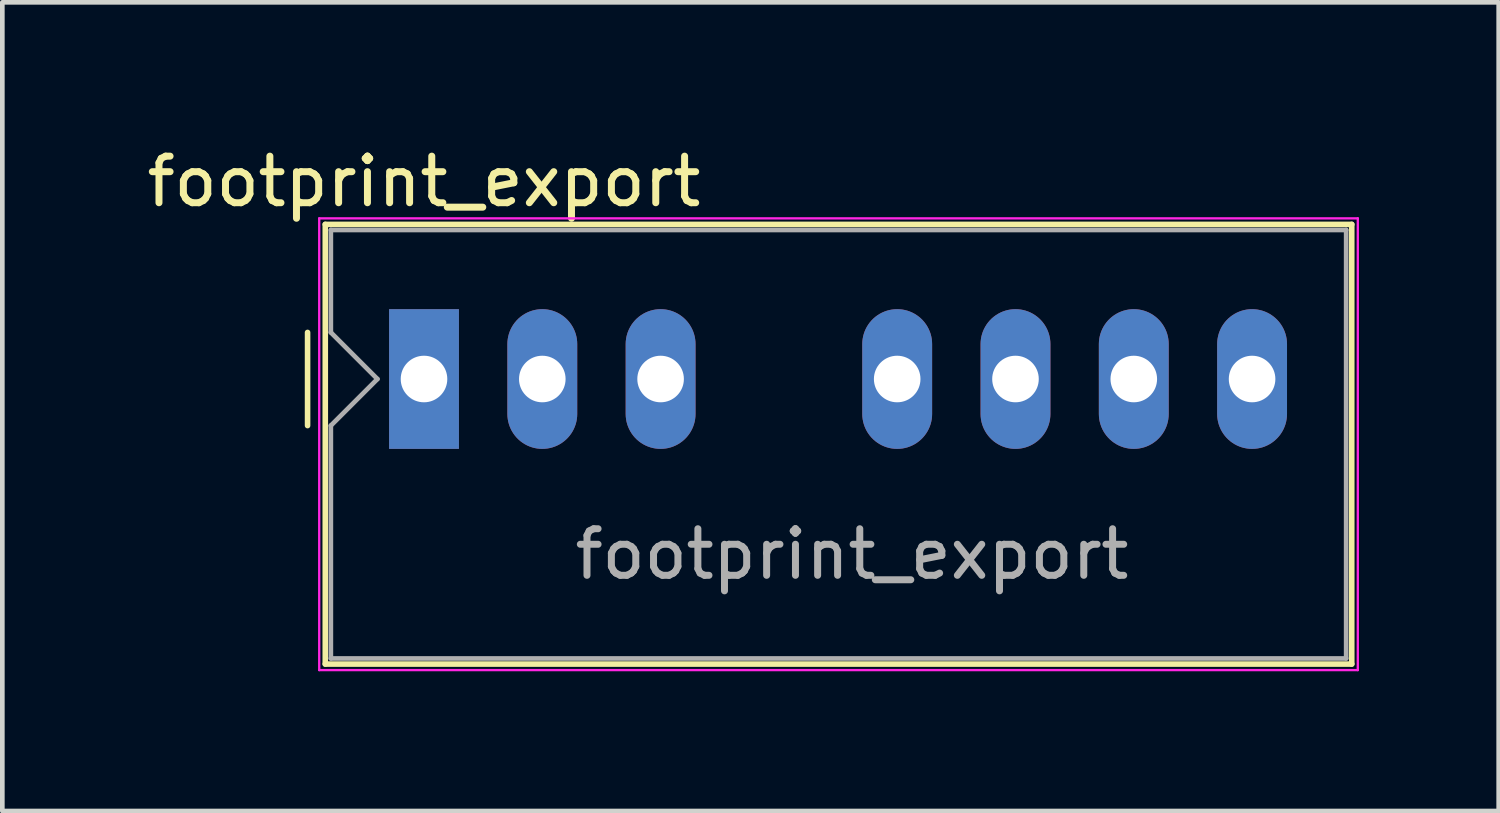
<source format=kicad_pcb>
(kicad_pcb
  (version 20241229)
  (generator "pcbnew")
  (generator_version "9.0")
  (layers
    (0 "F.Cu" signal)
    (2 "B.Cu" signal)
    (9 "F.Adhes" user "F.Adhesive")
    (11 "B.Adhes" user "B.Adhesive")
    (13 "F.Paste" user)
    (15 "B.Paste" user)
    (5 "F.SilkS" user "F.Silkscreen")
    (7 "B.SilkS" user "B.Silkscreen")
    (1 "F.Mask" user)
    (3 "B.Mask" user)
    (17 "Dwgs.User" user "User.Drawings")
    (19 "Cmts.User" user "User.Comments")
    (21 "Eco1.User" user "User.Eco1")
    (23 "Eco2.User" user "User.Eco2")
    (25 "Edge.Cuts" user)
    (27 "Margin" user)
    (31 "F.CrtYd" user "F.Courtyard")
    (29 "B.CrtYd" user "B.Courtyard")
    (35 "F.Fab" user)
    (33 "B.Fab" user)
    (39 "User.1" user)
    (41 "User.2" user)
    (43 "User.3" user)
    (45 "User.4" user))
  (footprint "footprint_export"
    (layer "F.Cu")
    (at 6.054 5.088)
    (property "Reference" "footprint_export" (at 0 -4.24 0) (layer "F.SilkS") (effects (font (size 1 1) (thickness 0.15))))
    (attr through_hole)
    (fp_line (start -2.5 -1) (end -2.5 1) (stroke (width 0.12) (type solid)) (layer "F.SilkS"))
    (fp_line (start -2.12 -3.32) (end 19.92 -3.32) (stroke (width 0.12) (type solid)) (layer "F.SilkS"))
    (fp_line (start -2.12 6.12) (end -2.12 -3.32) (stroke (width 0.12) (type solid)) (layer "F.SilkS"))
    (fp_line (start 19.92 -3.32) (end 19.92 6.12) (stroke (width 0.12) (type solid)) (layer "F.SilkS"))
    (fp_line (start 19.92 6.12) (end -2.12 6.12) (stroke (width 0.12) (type solid)) (layer "F.SilkS"))
    (fp_line (start -2.25 -3.45) (end -2.25 6.25) (stroke (width 0.05) (type solid)) (layer "F.CrtYd"))
    (fp_line (start -2.25 -3.45) (end 20.05 -3.45) (stroke (width 0.05) (type solid)) (layer "F.CrtYd"))
    (fp_line (start -2.25 6.25) (end 20.05 6.25) (stroke (width 0.05) (type solid)) (layer "F.CrtYd"))
    (fp_line (start 20.05 -3.45) (end 20.05 6.25) (stroke (width 0.05) (type solid)) (layer "F.CrtYd"))
    (fp_line (start -2 -3.2) (end -2 -1) (stroke (width 0.1) (type solid)) (layer "F.Fab"))
    (fp_line (start -2 -1) (end -1 0) (stroke (width 0.1) (type solid)) (layer "F.Fab"))
    (fp_line (start -2 1) (end -2 6) (stroke (width 0.1) (type solid)) (layer "F.Fab"))
    (fp_line (start -2 1) (end -1 0) (stroke (width 0.1) (type solid)) (layer "F.Fab"))
    (fp_line (start 19.8 -3.2) (end -2 -3.2) (stroke (width 0.1) (type solid)) (layer "F.Fab"))
    (fp_line (start 19.8 -3.2) (end 19.8 6) (stroke (width 0.1) (type solid)) (layer "F.Fab"))
    (fp_line (start 19.8 6) (end -2 6) (stroke (width 0.1) (type solid)) (layer "F.Fab"))
    (fp_text user "${REFERENCE}" (at 9.19 3.76 0) (layer "F.Fab") (effects (font (size 1 1) (thickness 0.15))))
    (pad "1" thru_hole rect (at 0 0) (size 1.5 3) (drill 1) (layers "*.Cu" "*.Mask"))
    (pad "2" thru_hole oval (at 2.54 0) (size 1.5 3) (drill 1) (layers "*.Cu" "*.Mask"))
    (pad "3" thru_hole oval (at 5.08 0) (size 1.5 3) (drill 1) (layers "*.Cu" "*.Mask"))
    (pad "5" thru_hole oval (at 10.16 0) (size 1.5 3) (drill 1) (layers "*.Cu" "*.Mask"))
    (pad "6" thru_hole oval (at 12.7 0) (size 1.5 3) (drill 1) (layers "*.Cu" "*.Mask"))
    (pad "7" thru_hole oval (at 15.24 0) (size 1.5 3) (drill 1) (layers "*.Cu" "*.Mask"))
    (pad "8" thru_hole oval (at 17.78 0) (size 1.5 3) (drill 1) (layers "*.Cu" "*.Mask")))
  (gr_rect
    (start -3 -3)
    (end 29.129 14.363)
    (stroke (width 0.1) (type default))
    (fill no)
    (layer "Edge.Cuts")))
</source>
